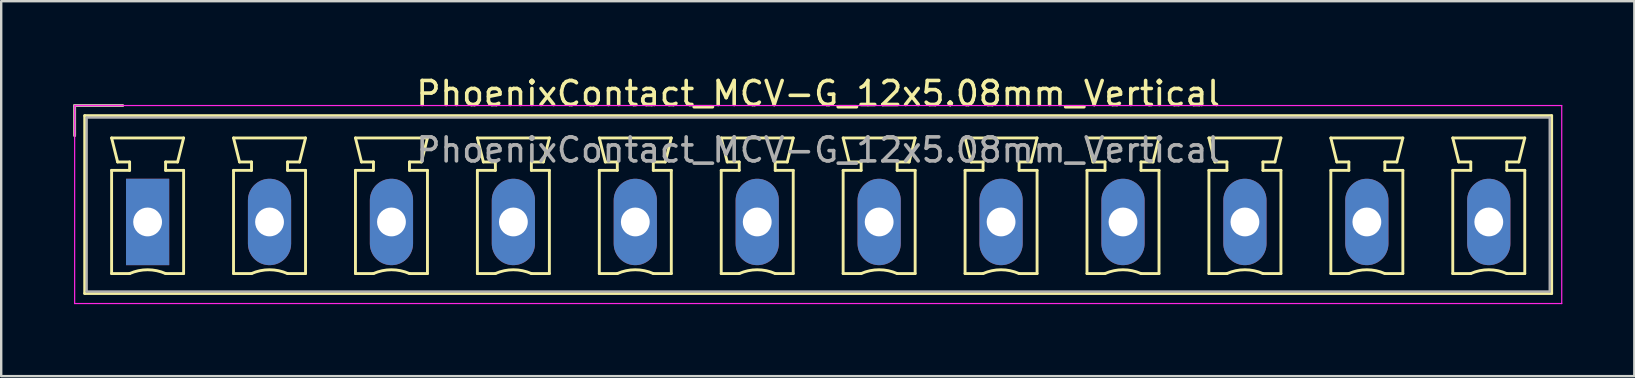
<source format=kicad_pcb>
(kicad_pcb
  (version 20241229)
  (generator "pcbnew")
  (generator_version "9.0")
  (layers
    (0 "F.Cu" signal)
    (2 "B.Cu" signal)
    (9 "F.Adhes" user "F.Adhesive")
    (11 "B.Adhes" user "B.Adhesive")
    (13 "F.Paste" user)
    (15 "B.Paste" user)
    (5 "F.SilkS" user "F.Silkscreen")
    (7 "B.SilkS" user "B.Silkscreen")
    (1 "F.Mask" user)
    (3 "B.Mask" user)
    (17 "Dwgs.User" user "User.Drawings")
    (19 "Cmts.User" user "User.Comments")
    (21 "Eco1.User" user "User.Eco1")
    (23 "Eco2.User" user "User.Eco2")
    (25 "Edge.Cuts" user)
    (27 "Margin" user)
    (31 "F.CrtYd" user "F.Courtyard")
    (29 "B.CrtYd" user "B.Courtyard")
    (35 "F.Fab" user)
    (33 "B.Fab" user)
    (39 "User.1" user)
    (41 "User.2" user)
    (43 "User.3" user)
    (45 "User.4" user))
  (footprint "PhoenixContact_MCV-G_12x5.08mm_Vertical"
    (layer "F.Cu")
    (at 3.1 6.198)
    (property "Reference" "PhoenixContact_MCV-G_12x5.08mm_Vertical" (at 27.94 -5.35 0) (layer "F.SilkS") (effects (font (size 1 1) (thickness 0.15))))
    (attr through_hole)
    (fp_line (start -3.04 -4.85) (end -1.04 -4.85) (stroke (width 0.12) (type solid)) (layer "F.SilkS"))
    (fp_line (start -3.04 -3.6) (end -3.04 -4.85) (stroke (width 0.12) (type solid)) (layer "F.SilkS"))
    (fp_line (start -2.62 -4.43) (end -2.62 2.98) (stroke (width 0.12) (type solid)) (layer "F.SilkS"))
    (fp_line (start -2.62 2.98) (end 58.5 2.98) (stroke (width 0.12) (type solid)) (layer "F.SilkS"))
    (fp_line (start -1.5 -3.5) (end 1.5 -3.5) (stroke (width 0.12) (type solid)) (layer "F.SilkS"))
    (fp_line (start -1.5 -2.15) (end -0.75 -2.15) (stroke (width 0.12) (type solid)) (layer "F.SilkS"))
    (fp_line (start -1.5 2.15) (end -1.5 -2.15) (stroke (width 0.12) (type solid)) (layer "F.SilkS"))
    (fp_line (start -1.25 -2.5) (end -1.5 -3.5) (stroke (width 0.12) (type solid)) (layer "F.SilkS"))
    (fp_line (start -0.75 -2.5) (end -1.25 -2.5) (stroke (width 0.12) (type solid)) (layer "F.SilkS"))
    (fp_line (start -0.75 -2.15) (end -0.75 -2.5) (stroke (width 0.12) (type solid)) (layer "F.SilkS"))
    (fp_line (start -0.75 2.15) (end -1.5 2.15) (stroke (width 0.12) (type solid)) (layer "F.SilkS"))
    (fp_line (start 0.75 -2.5) (end 0.75 -2.15) (stroke (width 0.12) (type solid)) (layer "F.SilkS"))
    (fp_line (start 0.75 -2.15) (end 1.5 -2.15) (stroke (width 0.12) (type solid)) (layer "F.SilkS"))
    (fp_line (start 1.25 -2.5) (end 0.75 -2.5) (stroke (width 0.12) (type solid)) (layer "F.SilkS"))
    (fp_line (start 1.5 -3.5) (end 1.25 -2.5) (stroke (width 0.12) (type solid)) (layer "F.SilkS"))
    (fp_line (start 1.5 -2.15) (end 1.5 2.15) (stroke (width 0.12) (type solid)) (layer "F.SilkS"))
    (fp_line (start 1.5 2.15) (end 0.75 2.15) (stroke (width 0.12) (type solid)) (layer "F.SilkS"))
    (fp_line (start 3.58 -3.5) (end 6.58 -3.5) (stroke (width 0.12) (type solid)) (layer "F.SilkS"))
    (fp_line (start 3.58 -2.15) (end 4.33 -2.15) (stroke (width 0.12) (type solid)) (layer "F.SilkS"))
    (fp_line (start 3.58 2.15) (end 3.58 -2.15) (stroke (width 0.12) (type solid)) (layer "F.SilkS"))
    (fp_line (start 3.83 -2.5) (end 3.58 -3.5) (stroke (width 0.12) (type solid)) (layer "F.SilkS"))
    (fp_line (start 4.33 -2.5) (end 3.83 -2.5) (stroke (width 0.12) (type solid)) (layer "F.SilkS"))
    (fp_line (start 4.33 -2.15) (end 4.33 -2.5) (stroke (width 0.12) (type solid)) (layer "F.SilkS"))
    (fp_line (start 4.33 2.15) (end 3.58 2.15) (stroke (width 0.12) (type solid)) (layer "F.SilkS"))
    (fp_line (start 5.83 -2.5) (end 5.83 -2.15) (stroke (width 0.12) (type solid)) (layer "F.SilkS"))
    (fp_line (start 5.83 -2.15) (end 6.58 -2.15) (stroke (width 0.12) (type solid)) (layer "F.SilkS"))
    (fp_line (start 6.33 -2.5) (end 5.83 -2.5) (stroke (width 0.12) (type solid)) (layer "F.SilkS"))
    (fp_line (start 6.58 -3.5) (end 6.33 -2.5) (stroke (width 0.12) (type solid)) (layer "F.SilkS"))
    (fp_line (start 6.58 -2.15) (end 6.58 2.15) (stroke (width 0.12) (type solid)) (layer "F.SilkS"))
    (fp_line (start 6.58 2.15) (end 5.83 2.15) (stroke (width 0.12) (type solid)) (layer "F.SilkS"))
    (fp_line (start 8.66 -3.5) (end 11.66 -3.5) (stroke (width 0.12) (type solid)) (layer "F.SilkS"))
    (fp_line (start 8.66 -2.15) (end 9.41 -2.15) (stroke (width 0.12) (type solid)) (layer "F.SilkS"))
    (fp_line (start 8.66 2.15) (end 8.66 -2.15) (stroke (width 0.12) (type solid)) (layer "F.SilkS"))
    (fp_line (start 8.91 -2.5) (end 8.66 -3.5) (stroke (width 0.12) (type solid)) (layer "F.SilkS"))
    (fp_line (start 9.41 -2.5) (end 8.91 -2.5) (stroke (width 0.12) (type solid)) (layer "F.SilkS"))
    (fp_line (start 9.41 -2.15) (end 9.41 -2.5) (stroke (width 0.12) (type solid)) (layer "F.SilkS"))
    (fp_line (start 9.41 2.15) (end 8.66 2.15) (stroke (width 0.12) (type solid)) (layer "F.SilkS"))
    (fp_line (start 10.91 -2.5) (end 10.91 -2.15) (stroke (width 0.12) (type solid)) (layer "F.SilkS"))
    (fp_line (start 10.91 -2.15) (end 11.66 -2.15) (stroke (width 0.12) (type solid)) (layer "F.SilkS"))
    (fp_line (start 11.41 -2.5) (end 10.91 -2.5) (stroke (width 0.12) (type solid)) (layer "F.SilkS"))
    (fp_line (start 11.66 -3.5) (end 11.41 -2.5) (stroke (width 0.12) (type solid)) (layer "F.SilkS"))
    (fp_line (start 11.66 -2.15) (end 11.66 2.15) (stroke (width 0.12) (type solid)) (layer "F.SilkS"))
    (fp_line (start 11.66 2.15) (end 10.91 2.15) (stroke (width 0.12) (type solid)) (layer "F.SilkS"))
    (fp_line (start 13.74 -3.5) (end 16.74 -3.5) (stroke (width 0.12) (type solid)) (layer "F.SilkS"))
    (fp_line (start 13.74 -2.15) (end 14.49 -2.15) (stroke (width 0.12) (type solid)) (layer "F.SilkS"))
    (fp_line (start 13.74 2.15) (end 13.74 -2.15) (stroke (width 0.12) (type solid)) (layer "F.SilkS"))
    (fp_line (start 13.99 -2.5) (end 13.74 -3.5) (stroke (width 0.12) (type solid)) (layer "F.SilkS"))
    (fp_line (start 14.49 -2.5) (end 13.99 -2.5) (stroke (width 0.12) (type solid)) (layer "F.SilkS"))
    (fp_line (start 14.49 -2.15) (end 14.49 -2.5) (stroke (width 0.12) (type solid)) (layer "F.SilkS"))
    (fp_line (start 14.49 2.15) (end 13.74 2.15) (stroke (width 0.12) (type solid)) (layer "F.SilkS"))
    (fp_line (start 15.99 -2.5) (end 15.99 -2.15) (stroke (width 0.12) (type solid)) (layer "F.SilkS"))
    (fp_line (start 15.99 -2.15) (end 16.74 -2.15) (stroke (width 0.12) (type solid)) (layer "F.SilkS"))
    (fp_line (start 16.49 -2.5) (end 15.99 -2.5) (stroke (width 0.12) (type solid)) (layer "F.SilkS"))
    (fp_line (start 16.74 -3.5) (end 16.49 -2.5) (stroke (width 0.12) (type solid)) (layer "F.SilkS"))
    (fp_line (start 16.74 -2.15) (end 16.74 2.15) (stroke (width 0.12) (type solid)) (layer "F.SilkS"))
    (fp_line (start 16.74 2.15) (end 15.99 2.15) (stroke (width 0.12) (type solid)) (layer "F.SilkS"))
    (fp_line (start 18.82 -3.5) (end 21.82 -3.5) (stroke (width 0.12) (type solid)) (layer "F.SilkS"))
    (fp_line (start 18.82 -2.15) (end 19.57 -2.15) (stroke (width 0.12) (type solid)) (layer "F.SilkS"))
    (fp_line (start 18.82 2.15) (end 18.82 -2.15) (stroke (width 0.12) (type solid)) (layer "F.SilkS"))
    (fp_line (start 19.07 -2.5) (end 18.82 -3.5) (stroke (width 0.12) (type solid)) (layer "F.SilkS"))
    (fp_line (start 19.57 -2.5) (end 19.07 -2.5) (stroke (width 0.12) (type solid)) (layer "F.SilkS"))
    (fp_line (start 19.57 -2.15) (end 19.57 -2.5) (stroke (width 0.12) (type solid)) (layer "F.SilkS"))
    (fp_line (start 19.57 2.15) (end 18.82 2.15) (stroke (width 0.12) (type solid)) (layer "F.SilkS"))
    (fp_line (start 21.07 -2.5) (end 21.07 -2.15) (stroke (width 0.12) (type solid)) (layer "F.SilkS"))
    (fp_line (start 21.07 -2.15) (end 21.82 -2.15) (stroke (width 0.12) (type solid)) (layer "F.SilkS"))
    (fp_line (start 21.57 -2.5) (end 21.07 -2.5) (stroke (width 0.12) (type solid)) (layer "F.SilkS"))
    (fp_line (start 21.82 -3.5) (end 21.57 -2.5) (stroke (width 0.12) (type solid)) (layer "F.SilkS"))
    (fp_line (start 21.82 -2.15) (end 21.82 2.15) (stroke (width 0.12) (type solid)) (layer "F.SilkS"))
    (fp_line (start 21.82 2.15) (end 21.07 2.15) (stroke (width 0.12) (type solid)) (layer "F.SilkS"))
    (fp_line (start 23.9 -3.5) (end 26.9 -3.5) (stroke (width 0.12) (type solid)) (layer "F.SilkS"))
    (fp_line (start 23.9 -2.15) (end 24.65 -2.15) (stroke (width 0.12) (type solid)) (layer "F.SilkS"))
    (fp_line (start 23.9 2.15) (end 23.9 -2.15) (stroke (width 0.12) (type solid)) (layer "F.SilkS"))
    (fp_line (start 24.15 -2.5) (end 23.9 -3.5) (stroke (width 0.12) (type solid)) (layer "F.SilkS"))
    (fp_line (start 24.65 -2.5) (end 24.15 -2.5) (stroke (width 0.12) (type solid)) (layer "F.SilkS"))
    (fp_line (start 24.65 -2.15) (end 24.65 -2.5) (stroke (width 0.12) (type solid)) (layer "F.SilkS"))
    (fp_line (start 24.65 2.15) (end 23.9 2.15) (stroke (width 0.12) (type solid)) (layer "F.SilkS"))
    (fp_line (start 26.15 -2.5) (end 26.15 -2.15) (stroke (width 0.12) (type solid)) (layer "F.SilkS"))
    (fp_line (start 26.15 -2.15) (end 26.9 -2.15) (stroke (width 0.12) (type solid)) (layer "F.SilkS"))
    (fp_line (start 26.65 -2.5) (end 26.15 -2.5) (stroke (width 0.12) (type solid)) (layer "F.SilkS"))
    (fp_line (start 26.9 -3.5) (end 26.65 -2.5) (stroke (width 0.12) (type solid)) (layer "F.SilkS"))
    (fp_line (start 26.9 -2.15) (end 26.9 2.15) (stroke (width 0.12) (type solid)) (layer "F.SilkS"))
    (fp_line (start 26.9 2.15) (end 26.15 2.15) (stroke (width 0.12) (type solid)) (layer "F.SilkS"))
    (fp_line (start 28.98 -3.5) (end 31.98 -3.5) (stroke (width 0.12) (type solid)) (layer "F.SilkS"))
    (fp_line (start 28.98 -2.15) (end 29.73 -2.15) (stroke (width 0.12) (type solid)) (layer "F.SilkS"))
    (fp_line (start 28.98 2.15) (end 28.98 -2.15) (stroke (width 0.12) (type solid)) (layer "F.SilkS"))
    (fp_line (start 29.23 -2.5) (end 28.98 -3.5) (stroke (width 0.12) (type solid)) (layer "F.SilkS"))
    (fp_line (start 29.73 -2.5) (end 29.23 -2.5) (stroke (width 0.12) (type solid)) (layer "F.SilkS"))
    (fp_line (start 29.73 -2.15) (end 29.73 -2.5) (stroke (width 0.12) (type solid)) (layer "F.SilkS"))
    (fp_line (start 29.73 2.15) (end 28.98 2.15) (stroke (width 0.12) (type solid)) (layer "F.SilkS"))
    (fp_line (start 31.23 -2.5) (end 31.23 -2.15) (stroke (width 0.12) (type solid)) (layer "F.SilkS"))
    (fp_line (start 31.23 -2.15) (end 31.98 -2.15) (stroke (width 0.12) (type solid)) (layer "F.SilkS"))
    (fp_line (start 31.73 -2.5) (end 31.23 -2.5) (stroke (width 0.12) (type solid)) (layer "F.SilkS"))
    (fp_line (start 31.98 -3.5) (end 31.73 -2.5) (stroke (width 0.12) (type solid)) (layer "F.SilkS"))
    (fp_line (start 31.98 -2.15) (end 31.98 2.15) (stroke (width 0.12) (type solid)) (layer "F.SilkS"))
    (fp_line (start 31.98 2.15) (end 31.23 2.15) (stroke (width 0.12) (type solid)) (layer "F.SilkS"))
    (fp_line (start 34.06 -3.5) (end 37.06 -3.5) (stroke (width 0.12) (type solid)) (layer "F.SilkS"))
    (fp_line (start 34.06 -2.15) (end 34.81 -2.15) (stroke (width 0.12) (type solid)) (layer "F.SilkS"))
    (fp_line (start 34.06 2.15) (end 34.06 -2.15) (stroke (width 0.12) (type solid)) (layer "F.SilkS"))
    (fp_line (start 34.31 -2.5) (end 34.06 -3.5) (stroke (width 0.12) (type solid)) (layer "F.SilkS"))
    (fp_line (start 34.81 -2.5) (end 34.31 -2.5) (stroke (width 0.12) (type solid)) (layer "F.SilkS"))
    (fp_line (start 34.81 -2.15) (end 34.81 -2.5) (stroke (width 0.12) (type solid)) (layer "F.SilkS"))
    (fp_line (start 34.81 2.15) (end 34.06 2.15) (stroke (width 0.12) (type solid)) (layer "F.SilkS"))
    (fp_line (start 36.31 -2.5) (end 36.31 -2.15) (stroke (width 0.12) (type solid)) (layer "F.SilkS"))
    (fp_line (start 36.31 -2.15) (end 37.06 -2.15) (stroke (width 0.12) (type solid)) (layer "F.SilkS"))
    (fp_line (start 36.81 -2.5) (end 36.31 -2.5) (stroke (width 0.12) (type solid)) (layer "F.SilkS"))
    (fp_line (start 37.06 -3.5) (end 36.81 -2.5) (stroke (width 0.12) (type solid)) (layer "F.SilkS"))
    (fp_line (start 37.06 -2.15) (end 37.06 2.15) (stroke (width 0.12) (type solid)) (layer "F.SilkS"))
    (fp_line (start 37.06 2.15) (end 36.31 2.15) (stroke (width 0.12) (type solid)) (layer "F.SilkS"))
    (fp_line (start 39.14 -3.5) (end 42.14 -3.5) (stroke (width 0.12) (type solid)) (layer "F.SilkS"))
    (fp_line (start 39.14 -2.15) (end 39.89 -2.15) (stroke (width 0.12) (type solid)) (layer "F.SilkS"))
    (fp_line (start 39.14 2.15) (end 39.14 -2.15) (stroke (width 0.12) (type solid)) (layer "F.SilkS"))
    (fp_line (start 39.39 -2.5) (end 39.14 -3.5) (stroke (width 0.12) (type solid)) (layer "F.SilkS"))
    (fp_line (start 39.89 -2.5) (end 39.39 -2.5) (stroke (width 0.12) (type solid)) (layer "F.SilkS"))
    (fp_line (start 39.89 -2.15) (end 39.89 -2.5) (stroke (width 0.12) (type solid)) (layer "F.SilkS"))
    (fp_line (start 39.89 2.15) (end 39.14 2.15) (stroke (width 0.12) (type solid)) (layer "F.SilkS"))
    (fp_line (start 41.39 -2.5) (end 41.39 -2.15) (stroke (width 0.12) (type solid)) (layer "F.SilkS"))
    (fp_line (start 41.39 -2.15) (end 42.14 -2.15) (stroke (width 0.12) (type solid)) (layer "F.SilkS"))
    (fp_line (start 41.89 -2.5) (end 41.39 -2.5) (stroke (width 0.12) (type solid)) (layer "F.SilkS"))
    (fp_line (start 42.14 -3.5) (end 41.89 -2.5) (stroke (width 0.12) (type solid)) (layer "F.SilkS"))
    (fp_line (start 42.14 -2.15) (end 42.14 2.15) (stroke (width 0.12) (type solid)) (layer "F.SilkS"))
    (fp_line (start 42.14 2.15) (end 41.39 2.15) (stroke (width 0.12) (type solid)) (layer "F.SilkS"))
    (fp_line (start 44.22 -3.5) (end 47.22 -3.5) (stroke (width 0.12) (type solid)) (layer "F.SilkS"))
    (fp_line (start 44.22 -2.15) (end 44.97 -2.15) (stroke (width 0.12) (type solid)) (layer "F.SilkS"))
    (fp_line (start 44.22 2.15) (end 44.22 -2.15) (stroke (width 0.12) (type solid)) (layer "F.SilkS"))
    (fp_line (start 44.47 -2.5) (end 44.22 -3.5) (stroke (width 0.12) (type solid)) (layer "F.SilkS"))
    (fp_line (start 44.97 -2.5) (end 44.47 -2.5) (stroke (width 0.12) (type solid)) (layer "F.SilkS"))
    (fp_line (start 44.97 -2.15) (end 44.97 -2.5) (stroke (width 0.12) (type solid)) (layer "F.SilkS"))
    (fp_line (start 44.97 2.15) (end 44.22 2.15) (stroke (width 0.12) (type solid)) (layer "F.SilkS"))
    (fp_line (start 46.47 -2.5) (end 46.47 -2.15) (stroke (width 0.12) (type solid)) (layer "F.SilkS"))
    (fp_line (start 46.47 -2.15) (end 47.22 -2.15) (stroke (width 0.12) (type solid)) (layer "F.SilkS"))
    (fp_line (start 46.97 -2.5) (end 46.47 -2.5) (stroke (width 0.12) (type solid)) (layer "F.SilkS"))
    (fp_line (start 47.22 -3.5) (end 46.97 -2.5) (stroke (width 0.12) (type solid)) (layer "F.SilkS"))
    (fp_line (start 47.22 -2.15) (end 47.22 2.15) (stroke (width 0.12) (type solid)) (layer "F.SilkS"))
    (fp_line (start 47.22 2.15) (end 46.47 2.15) (stroke (width 0.12) (type solid)) (layer "F.SilkS"))
    (fp_line (start 49.3 -3.5) (end 52.3 -3.5) (stroke (width 0.12) (type solid)) (layer "F.SilkS"))
    (fp_line (start 49.3 -2.15) (end 50.05 -2.15) (stroke (width 0.12) (type solid)) (layer "F.SilkS"))
    (fp_line (start 49.3 2.15) (end 49.3 -2.15) (stroke (width 0.12) (type solid)) (layer "F.SilkS"))
    (fp_line (start 49.55 -2.5) (end 49.3 -3.5) (stroke (width 0.12) (type solid)) (layer "F.SilkS"))
    (fp_line (start 50.05 -2.5) (end 49.55 -2.5) (stroke (width 0.12) (type solid)) (layer "F.SilkS"))
    (fp_line (start 50.05 -2.15) (end 50.05 -2.5) (stroke (width 0.12) (type solid)) (layer "F.SilkS"))
    (fp_line (start 50.05 2.15) (end 49.3 2.15) (stroke (width 0.12) (type solid)) (layer "F.SilkS"))
    (fp_line (start 51.55 -2.5) (end 51.55 -2.15) (stroke (width 0.12) (type solid)) (layer "F.SilkS"))
    (fp_line (start 51.55 -2.15) (end 52.3 -2.15) (stroke (width 0.12) (type solid)) (layer "F.SilkS"))
    (fp_line (start 52.05 -2.5) (end 51.55 -2.5) (stroke (width 0.12) (type solid)) (layer "F.SilkS"))
    (fp_line (start 52.3 -3.5) (end 52.05 -2.5) (stroke (width 0.12) (type solid)) (layer "F.SilkS"))
    (fp_line (start 52.3 -2.15) (end 52.3 2.15) (stroke (width 0.12) (type solid)) (layer "F.SilkS"))
    (fp_line (start 52.3 2.15) (end 51.55 2.15) (stroke (width 0.12) (type solid)) (layer "F.SilkS"))
    (fp_line (start 54.38 -3.5) (end 57.38 -3.5) (stroke (width 0.12) (type solid)) (layer "F.SilkS"))
    (fp_line (start 54.38 -2.15) (end 55.13 -2.15) (stroke (width 0.12) (type solid)) (layer "F.SilkS"))
    (fp_line (start 54.38 2.15) (end 54.38 -2.15) (stroke (width 0.12) (type solid)) (layer "F.SilkS"))
    (fp_line (start 54.63 -2.5) (end 54.38 -3.5) (stroke (width 0.12) (type solid)) (layer "F.SilkS"))
    (fp_line (start 55.13 -2.5) (end 54.63 -2.5) (stroke (width 0.12) (type solid)) (layer "F.SilkS"))
    (fp_line (start 55.13 -2.15) (end 55.13 -2.5) (stroke (width 0.12) (type solid)) (layer "F.SilkS"))
    (fp_line (start 55.13 2.15) (end 54.38 2.15) (stroke (width 0.12) (type solid)) (layer "F.SilkS"))
    (fp_line (start 56.63 -2.5) (end 56.63 -2.15) (stroke (width 0.12) (type solid)) (layer "F.SilkS"))
    (fp_line (start 56.63 -2.15) (end 57.38 -2.15) (stroke (width 0.12) (type solid)) (layer "F.SilkS"))
    (fp_line (start 57.13 -2.5) (end 56.63 -2.5) (stroke (width 0.12) (type solid)) (layer "F.SilkS"))
    (fp_line (start 57.38 -3.5) (end 57.13 -2.5) (stroke (width 0.12) (type solid)) (layer "F.SilkS"))
    (fp_line (start 57.38 -2.15) (end 57.38 2.15) (stroke (width 0.12) (type solid)) (layer "F.SilkS"))
    (fp_line (start 57.38 2.15) (end 56.63 2.15) (stroke (width 0.12) (type solid)) (layer "F.SilkS"))
    (fp_line (start 58.5 -4.43) (end -2.62 -4.43) (stroke (width 0.12) (type solid)) (layer "F.SilkS"))
    (fp_line (start 58.5 2.98) (end 58.5 -4.43) (stroke (width 0.12) (type solid)) (layer "F.SilkS"))
    (fp_arc (start -0.75 2.15) (mid -0.000193 1.99191) (end 0.749647 2.149844) (stroke (width 0.12) (type solid)) (layer "F.SilkS"))
    (fp_arc (start 4.33 2.15) (mid 5.079807 1.99191) (end 5.829647 2.149844) (stroke (width 0.12) (type solid)) (layer "F.SilkS"))
    (fp_arc (start 9.41 2.15) (mid 10.159807 1.99191) (end 10.909647 2.149844) (stroke (width 0.12) (type solid)) (layer "F.SilkS"))
    (fp_arc (start 14.49 2.15) (mid 15.239807 1.99191) (end 15.989647 2.149844) (stroke (width 0.12) (type solid)) (layer "F.SilkS"))
    (fp_arc (start 19.57 2.15) (mid 20.319807 1.99191) (end 21.069647 2.149844) (stroke (width 0.12) (type solid)) (layer "F.SilkS"))
    (fp_arc (start 24.65 2.15) (mid 25.399807 1.99191) (end 26.149647 2.149844) (stroke (width 0.12) (type solid)) (layer "F.SilkS"))
    (fp_arc (start 29.73 2.15) (mid 30.479807 1.99191) (end 31.229647 2.149844) (stroke (width 0.12) (type solid)) (layer "F.SilkS"))
    (fp_arc (start 34.81 2.15) (mid 35.559807 1.99191) (end 36.309647 2.149844) (stroke (width 0.12) (type solid)) (layer "F.SilkS"))
    (fp_arc (start 39.89 2.15) (mid 40.639807 1.99191) (end 41.389647 2.149844) (stroke (width 0.12) (type solid)) (layer "F.SilkS"))
    (fp_arc (start 44.97 2.15) (mid 45.719807 1.99191) (end 46.469647 2.149844) (stroke (width 0.12) (type solid)) (layer "F.SilkS"))
    (fp_arc (start 50.05 2.15) (mid 50.799807 1.99191) (end 51.549647 2.149844) (stroke (width 0.12) (type solid)) (layer "F.SilkS"))
    (fp_arc (start 55.13 2.15) (mid 55.879807 1.99191) (end 56.629647 2.149844) (stroke (width 0.12) (type solid)) (layer "F.SilkS"))
    (fp_line (start -3.04 -4.85) (end -3.04 3.4) (stroke (width 0.05) (type solid)) (layer "F.CrtYd"))
    (fp_line (start -3.04 3.4) (end 58.92 3.4) (stroke (width 0.05) (type solid)) (layer "F.CrtYd"))
    (fp_line (start 58.92 -4.85) (end -3.04 -4.85) (stroke (width 0.05) (type solid)) (layer "F.CrtYd"))
    (fp_line (start 58.92 3.4) (end 58.92 -4.85) (stroke (width 0.05) (type solid)) (layer "F.CrtYd"))
    (fp_line (start -3.04 -4.85) (end -1.04 -4.85) (stroke (width 0.1) (type solid)) (layer "F.Fab"))
    (fp_line (start -3.04 -3.6) (end -3.04 -4.85) (stroke (width 0.1) (type solid)) (layer "F.Fab"))
    (fp_line (start -2.54 -4.35) (end -2.54 2.9) (stroke (width 0.1) (type solid)) (layer "F.Fab"))
    (fp_line (start -2.54 2.9) (end 58.42 2.9) (stroke (width 0.1) (type solid)) (layer "F.Fab"))
    (fp_line (start 58.42 -4.35) (end -2.54 -4.35) (stroke (width 0.1) (type solid)) (layer "F.Fab"))
    (fp_line (start 58.42 2.9) (end 58.42 -4.35) (stroke (width 0.1) (type solid)) (layer "F.Fab"))
    (fp_text user "${REFERENCE}" (at 27.94 -3 0) (layer "F.Fab") (effects (font (size 1 1) (thickness 0.15))))
    (pad "1" thru_hole rect (at 0 0) (size 1.8 3.6) (drill 1.2) (layers "*.Cu" "*.Mask"))
    (pad "2" thru_hole oval (at 5.08 0) (size 1.8 3.6) (drill 1.2) (layers "*.Cu" "*.Mask"))
    (pad "3" thru_hole oval (at 10.16 0) (size 1.8 3.6) (drill 1.2) (layers "*.Cu" "*.Mask"))
    (pad "4" thru_hole oval (at 15.24 0) (size 1.8 3.6) (drill 1.2) (layers "*.Cu" "*.Mask"))
    (pad "5" thru_hole oval (at 20.32 0) (size 1.8 3.6) (drill 1.2) (layers "*.Cu" "*.Mask"))
    (pad "6" thru_hole oval (at 25.4 0) (size 1.8 3.6) (drill 1.2) (layers "*.Cu" "*.Mask"))
    (pad "7" thru_hole oval (at 30.48 0) (size 1.8 3.6) (drill 1.2) (layers "*.Cu" "*.Mask"))
    (pad "8" thru_hole oval (at 35.56 0) (size 1.8 3.6) (drill 1.2) (layers "*.Cu" "*.Mask"))
    (pad "9" thru_hole oval (at 40.64 0) (size 1.8 3.6) (drill 1.2) (layers "*.Cu" "*.Mask"))
    (pad "10" thru_hole oval (at 45.72 0) (size 1.8 3.6) (drill 1.2) (layers "*.Cu" "*.Mask"))
    (pad "11" thru_hole oval (at 50.8 0) (size 1.8 3.6) (drill 1.2) (layers "*.Cu" "*.Mask"))
    (pad "12" thru_hole oval (at 55.88 0) (size 1.8 3.6) (drill 1.2) (layers "*.Cu" "*.Mask")))
  (gr_rect
    (start -3 -3)
    (end 65.045 12.623)
    (stroke (width 0.1) (type default))
    (fill no)
    (layer "Edge.Cuts")))
</source>
